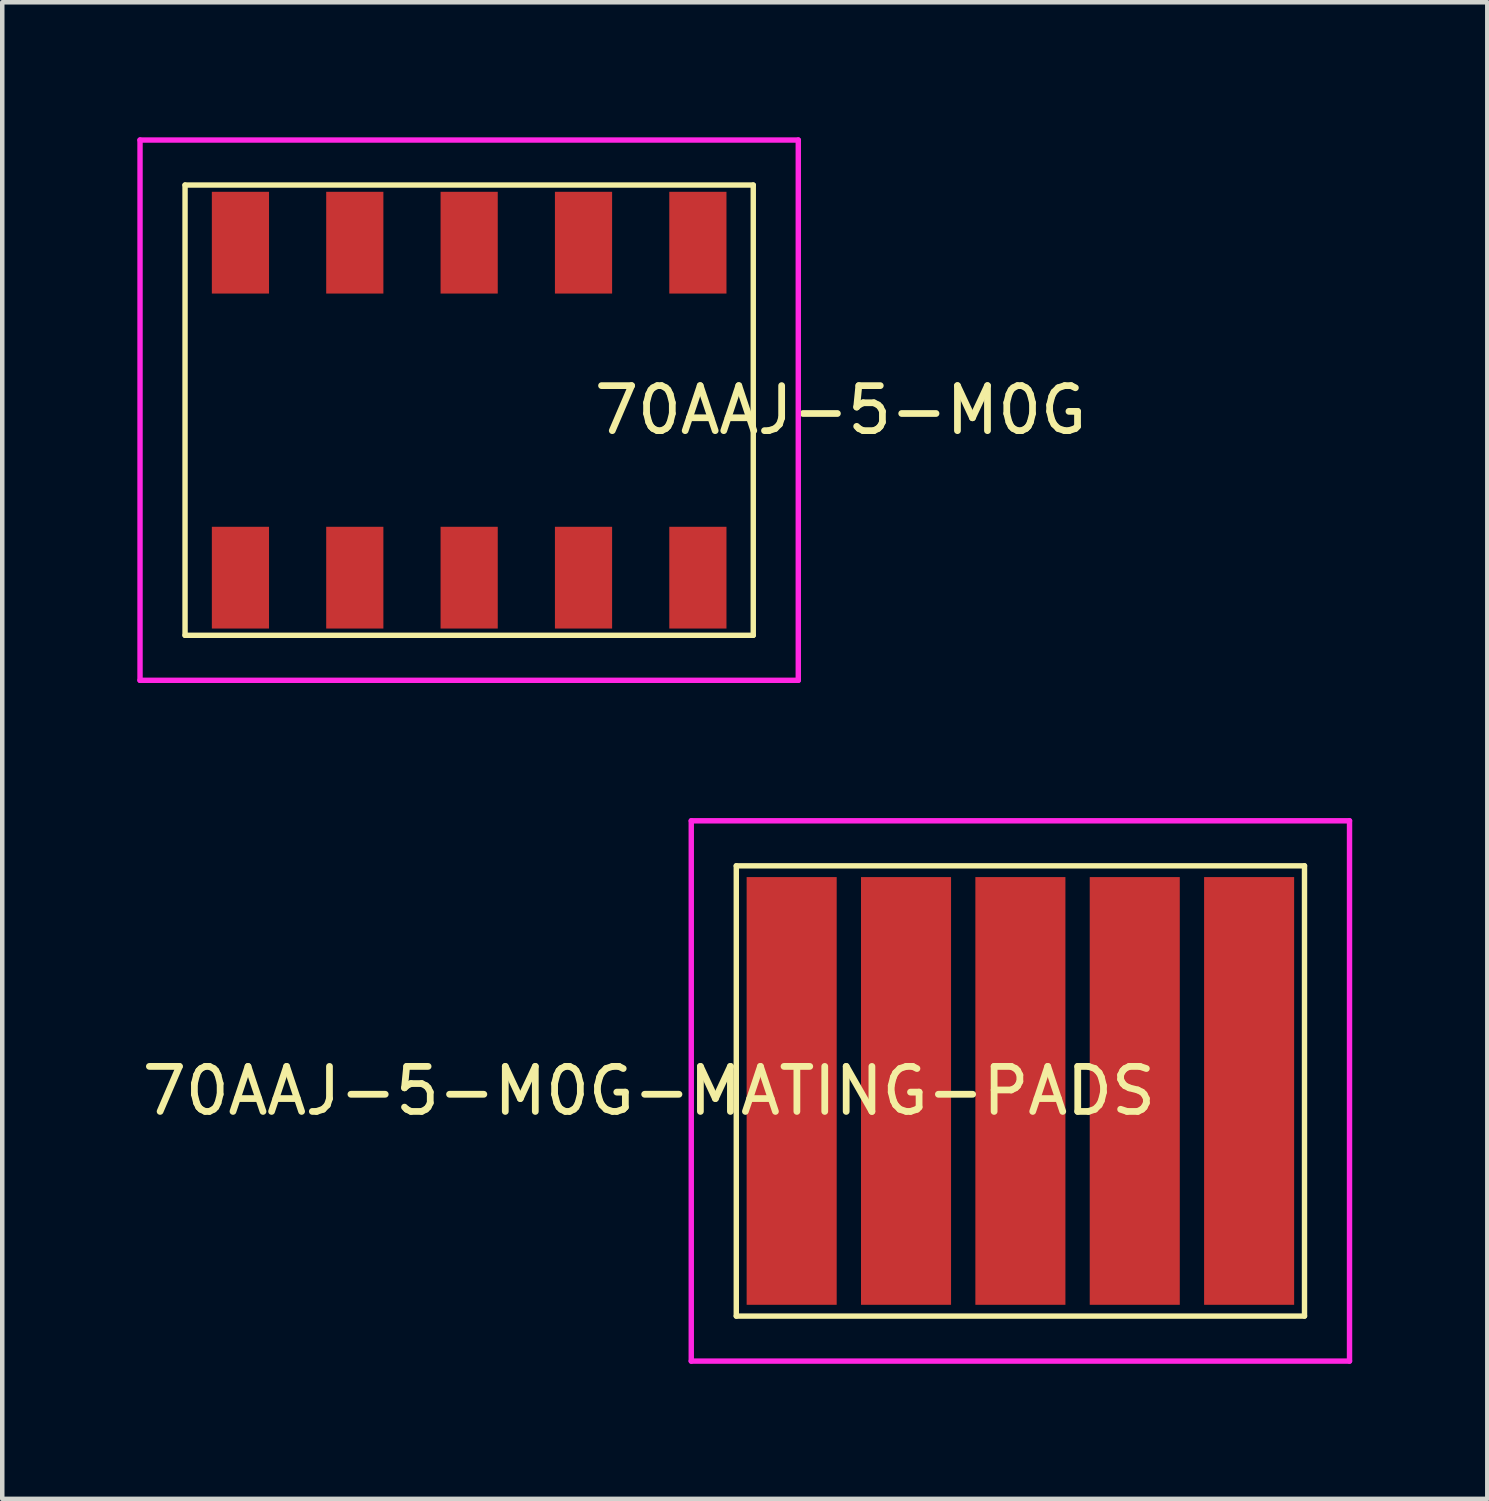
<source format=kicad_pcb>
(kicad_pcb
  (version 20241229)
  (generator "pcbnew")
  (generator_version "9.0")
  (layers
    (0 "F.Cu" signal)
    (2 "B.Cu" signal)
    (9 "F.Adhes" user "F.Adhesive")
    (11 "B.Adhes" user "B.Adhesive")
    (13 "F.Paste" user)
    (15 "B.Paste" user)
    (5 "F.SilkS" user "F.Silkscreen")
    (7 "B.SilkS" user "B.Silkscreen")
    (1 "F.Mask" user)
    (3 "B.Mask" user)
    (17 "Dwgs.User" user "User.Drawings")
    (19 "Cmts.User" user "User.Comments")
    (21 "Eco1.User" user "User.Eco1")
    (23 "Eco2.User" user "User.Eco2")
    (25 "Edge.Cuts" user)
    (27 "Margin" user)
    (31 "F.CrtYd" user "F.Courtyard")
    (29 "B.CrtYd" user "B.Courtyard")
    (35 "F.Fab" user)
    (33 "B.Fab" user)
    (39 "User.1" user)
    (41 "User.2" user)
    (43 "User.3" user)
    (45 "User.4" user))
  (footprint "70AAJ-5-M0G-MATING-PADS"
    (layer "F.Cu")
    (at 19.613 21.18)
    (property "Reference" "70AAJ-5-M0G-MATING-PADS" (at -8.25 0 0) (layer "F.SilkS") (effects (font (size 1 1) (thickness 0.15))))
    (attr through_hole)
    (fp_line (start -6.31 -5) (end -6.31 5) (stroke (width 0.12) (type solid)) (layer "F.SilkS"))
    (fp_line (start -6.31 -5) (end 6.31 -5) (stroke (width 0.12) (type solid)) (layer "F.SilkS"))
    (fp_line (start -6.31 5) (end 6.31 5) (stroke (width 0.12) (type solid)) (layer "F.SilkS"))
    (fp_line (start 6.31 -5) (end 6.31 5) (stroke (width 0.12) (type solid)) (layer "F.SilkS"))
    (fp_line (start -7.31 -6) (end -7.31 6) (stroke (width 0.12) (type solid)) (layer "F.CrtYd"))
    (fp_line (start -7.31 -6) (end 7.31 -6) (stroke (width 0.12) (type solid)) (layer "F.CrtYd"))
    (fp_line (start -7.31 6) (end 7.31 6) (stroke (width 0.12) (type solid)) (layer "F.CrtYd"))
    (fp_line (start 7.31 -6) (end 7.31 6) (stroke (width 0.12) (type solid)) (layer "F.CrtYd"))
    (pad "1" smd rect (at 5.08 0) (size 2 9.5) (layers "F.Cu" "F.Mask" "F.Paste"))
    (pad "2" smd rect (at 2.54 0) (size 2 9.5) (layers "F.Cu" "F.Mask" "F.Paste"))
    (pad "3" smd rect (at 0 0) (size 2 9.5) (layers "F.Cu" "F.Mask" "F.Paste"))
    (pad "4" smd rect (at -2.54 0) (size 2 9.5) (layers "F.Cu" "F.Mask" "F.Paste"))
    (pad "5" smd rect (at -5.08 0) (size 2 9.5) (layers "F.Cu" "F.Mask" "F.Paste")))
  (footprint "70AAJ-5-M0G"
    (layer "F.Cu")
    (at 7.37 6.06)
    (property "Reference" "70AAJ-5-M0G" (at 8.25 0 0) (layer "F.SilkS") (effects (font (size 1 1) (thickness 0.15))))
    (attr through_hole)
    (fp_line (start -6.31 -5) (end -6.31 5) (stroke (width 0.12) (type solid)) (layer "F.SilkS"))
    (fp_line (start -6.31 -5) (end 6.31 -5) (stroke (width 0.12) (type solid)) (layer "F.SilkS"))
    (fp_line (start -6.31 5) (end 6.31 5) (stroke (width 0.12) (type solid)) (layer "F.SilkS"))
    (fp_line (start 6.31 -5) (end 6.31 5) (stroke (width 0.12) (type solid)) (layer "F.SilkS"))
    (fp_line (start -7.31 -6) (end -7.31 6) (stroke (width 0.12) (type solid)) (layer "F.CrtYd"))
    (fp_line (start -7.31 -6) (end 7.31 -6) (stroke (width 0.12) (type solid)) (layer "F.CrtYd"))
    (fp_line (start -7.31 6) (end 7.31 6) (stroke (width 0.12) (type solid)) (layer "F.CrtYd"))
    (fp_line (start 7.31 -6) (end 7.31 6) (stroke (width 0.12) (type solid)) (layer "F.CrtYd"))
    (pad "1" smd rect (at -5.08 3.72) (size 1.27 2.26) (layers "F.Cu" "F.Mask" "F.Paste"))
    (pad "2" smd rect (at -2.54 3.72) (size 1.27 2.26) (layers "F.Cu" "F.Mask" "F.Paste"))
    (pad "3" smd rect (at 0 3.72) (size 1.27 2.26) (layers "F.Cu" "F.Mask" "F.Paste"))
    (pad "4" smd rect (at 2.54 3.72) (size 1.27 2.26) (layers "F.Cu" "F.Mask" "F.Paste"))
    (pad "5" smd rect (at 5.08 3.72) (size 1.27 2.26) (layers "F.Cu" "F.Mask" "F.Paste"))
    (pad "6" smd rect (at 5.08 -3.72) (size 1.27 2.26) (layers "F.Cu" "F.Mask" "F.Paste"))
    (pad "7" smd rect (at 2.54 -3.72) (size 1.27 2.26) (layers "F.Cu" "F.Mask" "F.Paste"))
    (pad "8" smd rect (at 0 -3.72) (size 1.27 2.26) (layers "F.Cu" "F.Mask" "F.Paste"))
    (pad "9" smd rect (at -2.54 -3.72) (size 1.27 2.26) (layers "F.Cu" "F.Mask" "F.Paste"))
    (pad "10" smd rect (at -5.08 -3.72) (size 1.27 2.26) (layers "F.Cu" "F.Mask" "F.Paste")))
  (gr_rect
    (start -3 -3)
    (end 29.983 30.24)
    (stroke (width 0.1) (type default))
    (fill no)
    (layer "Edge.Cuts")))
</source>
